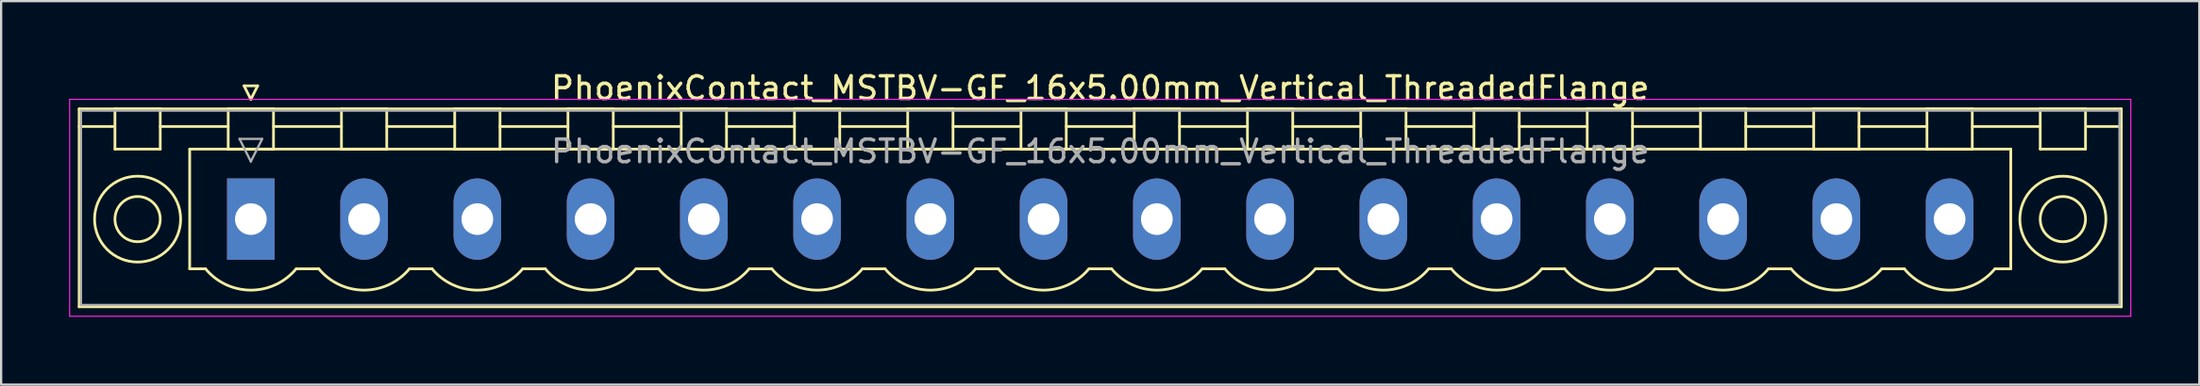
<source format=kicad_pcb>
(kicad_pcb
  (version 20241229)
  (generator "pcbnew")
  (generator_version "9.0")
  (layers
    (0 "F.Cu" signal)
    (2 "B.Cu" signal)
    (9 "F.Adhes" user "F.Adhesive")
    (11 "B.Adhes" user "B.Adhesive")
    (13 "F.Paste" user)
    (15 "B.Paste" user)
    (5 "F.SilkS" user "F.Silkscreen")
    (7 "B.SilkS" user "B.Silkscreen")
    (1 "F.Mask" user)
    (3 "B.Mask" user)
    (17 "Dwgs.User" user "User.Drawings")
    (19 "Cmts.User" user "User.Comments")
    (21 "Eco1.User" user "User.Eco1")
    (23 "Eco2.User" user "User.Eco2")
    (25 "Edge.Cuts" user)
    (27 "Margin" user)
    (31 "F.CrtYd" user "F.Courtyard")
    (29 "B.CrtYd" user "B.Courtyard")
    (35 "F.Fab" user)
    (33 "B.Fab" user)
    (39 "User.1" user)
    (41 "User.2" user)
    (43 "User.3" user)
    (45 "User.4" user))
  (footprint "PhoenixContact_MSTBV-GF_16x5.00mm_Vertical_ThreadedFlange"
    (layer "F.Cu")
    (at 8.025 6.648)
    (property "Reference" "PhoenixContact_MSTBV-GF_16x5.00mm_Vertical_ThreadedFlange" (at 37.5 -5.8 0) (layer "F.SilkS") (effects (font (size 1 1) (thickness 0.15))))
    (attr through_hole)
    (fp_line (start -7.58 -4.88) (end -7.58 3.88) (stroke (width 0.12) (type solid)) (layer "F.SilkS"))
    (fp_line (start -7.58 -4.1) (end -6.08 -4.1) (stroke (width 0.12) (type solid)) (layer "F.SilkS"))
    (fp_line (start -7.58 3.88) (end 82.58 3.88) (stroke (width 0.12) (type solid)) (layer "F.SilkS"))
    (fp_line (start -6 -4.88) (end -4 -4.88) (stroke (width 0.12) (type solid)) (layer "F.SilkS"))
    (fp_line (start -6 -3.1) (end -6 -4.88) (stroke (width 0.12) (type solid)) (layer "F.SilkS"))
    (fp_line (start -4 -4.88) (end -4 -3.1) (stroke (width 0.12) (type solid)) (layer "F.SilkS"))
    (fp_line (start -4 -4.1) (end -1 -4.1) (stroke (width 0.12) (type solid)) (layer "F.SilkS"))
    (fp_line (start -4 -3.1) (end -6 -3.1) (stroke (width 0.12) (type solid)) (layer "F.SilkS"))
    (fp_line (start -2.7 -3.1) (end 77.7 -3.1) (stroke (width 0.12) (type solid)) (layer "F.SilkS"))
    (fp_line (start -2.7 2.2) (end -2.7 -3.1) (stroke (width 0.12) (type solid)) (layer "F.SilkS"))
    (fp_line (start -2 2.2) (end -2.7 2.2) (stroke (width 0.12) (type solid)) (layer "F.SilkS"))
    (fp_line (start -1 -4.88) (end 1 -4.88) (stroke (width 0.12) (type solid)) (layer "F.SilkS"))
    (fp_line (start -1 -3.1) (end -1 -4.88) (stroke (width 0.12) (type solid)) (layer "F.SilkS"))
    (fp_line (start -0.3 -5.9) (end 0.3 -5.9) (stroke (width 0.12) (type solid)) (layer "F.SilkS"))
    (fp_line (start 0 -5.3) (end -0.3 -5.9) (stroke (width 0.12) (type solid)) (layer "F.SilkS"))
    (fp_line (start 0.3 -5.9) (end 0 -5.3) (stroke (width 0.12) (type solid)) (layer "F.SilkS"))
    (fp_line (start 1 -4.88) (end 1 -3.1) (stroke (width 0.12) (type solid)) (layer "F.SilkS"))
    (fp_line (start 1 -4.1) (end 4 -4.1) (stroke (width 0.12) (type solid)) (layer "F.SilkS"))
    (fp_line (start 1 -3.1) (end -1 -3.1) (stroke (width 0.12) (type solid)) (layer "F.SilkS"))
    (fp_line (start 2 2.2) (end 3 2.2) (stroke (width 0.12) (type solid)) (layer "F.SilkS"))
    (fp_line (start 4 -4.88) (end 6 -4.88) (stroke (width 0.12) (type solid)) (layer "F.SilkS"))
    (fp_line (start 4 -3.1) (end 4 -4.88) (stroke (width 0.12) (type solid)) (layer "F.SilkS"))
    (fp_line (start 6 -4.88) (end 6 -3.1) (stroke (width 0.12) (type solid)) (layer "F.SilkS"))
    (fp_line (start 6 -4.1) (end 9 -4.1) (stroke (width 0.12) (type solid)) (layer "F.SilkS"))
    (fp_line (start 6 -3.1) (end 4 -3.1) (stroke (width 0.12) (type solid)) (layer "F.SilkS"))
    (fp_line (start 7 2.2) (end 8 2.2) (stroke (width 0.12) (type solid)) (layer "F.SilkS"))
    (fp_line (start 9 -4.88) (end 11 -4.88) (stroke (width 0.12) (type solid)) (layer "F.SilkS"))
    (fp_line (start 9 -3.1) (end 9 -4.88) (stroke (width 0.12) (type solid)) (layer "F.SilkS"))
    (fp_line (start 11 -4.88) (end 11 -3.1) (stroke (width 0.12) (type solid)) (layer "F.SilkS"))
    (fp_line (start 11 -4.1) (end 14 -4.1) (stroke (width 0.12) (type solid)) (layer "F.SilkS"))
    (fp_line (start 11 -3.1) (end 9 -3.1) (stroke (width 0.12) (type solid)) (layer "F.SilkS"))
    (fp_line (start 12 2.2) (end 13 2.2) (stroke (width 0.12) (type solid)) (layer "F.SilkS"))
    (fp_line (start 14 -4.88) (end 16 -4.88) (stroke (width 0.12) (type solid)) (layer "F.SilkS"))
    (fp_line (start 14 -3.1) (end 14 -4.88) (stroke (width 0.12) (type solid)) (layer "F.SilkS"))
    (fp_line (start 16 -4.88) (end 16 -3.1) (stroke (width 0.12) (type solid)) (layer "F.SilkS"))
    (fp_line (start 16 -4.1) (end 19 -4.1) (stroke (width 0.12) (type solid)) (layer "F.SilkS"))
    (fp_line (start 16 -3.1) (end 14 -3.1) (stroke (width 0.12) (type solid)) (layer "F.SilkS"))
    (fp_line (start 17 2.2) (end 18 2.2) (stroke (width 0.12) (type solid)) (layer "F.SilkS"))
    (fp_line (start 19 -4.88) (end 21 -4.88) (stroke (width 0.12) (type solid)) (layer "F.SilkS"))
    (fp_line (start 19 -3.1) (end 19 -4.88) (stroke (width 0.12) (type solid)) (layer "F.SilkS"))
    (fp_line (start 21 -4.88) (end 21 -3.1) (stroke (width 0.12) (type solid)) (layer "F.SilkS"))
    (fp_line (start 21 -4.1) (end 24 -4.1) (stroke (width 0.12) (type solid)) (layer "F.SilkS"))
    (fp_line (start 21 -3.1) (end 19 -3.1) (stroke (width 0.12) (type solid)) (layer "F.SilkS"))
    (fp_line (start 22 2.2) (end 23 2.2) (stroke (width 0.12) (type solid)) (layer "F.SilkS"))
    (fp_line (start 24 -4.88) (end 26 -4.88) (stroke (width 0.12) (type solid)) (layer "F.SilkS"))
    (fp_line (start 24 -3.1) (end 24 -4.88) (stroke (width 0.12) (type solid)) (layer "F.SilkS"))
    (fp_line (start 26 -4.88) (end 26 -3.1) (stroke (width 0.12) (type solid)) (layer "F.SilkS"))
    (fp_line (start 26 -4.1) (end 29 -4.1) (stroke (width 0.12) (type solid)) (layer "F.SilkS"))
    (fp_line (start 26 -3.1) (end 24 -3.1) (stroke (width 0.12) (type solid)) (layer "F.SilkS"))
    (fp_line (start 27 2.2) (end 28 2.2) (stroke (width 0.12) (type solid)) (layer "F.SilkS"))
    (fp_line (start 29 -4.88) (end 31 -4.88) (stroke (width 0.12) (type solid)) (layer "F.SilkS"))
    (fp_line (start 29 -3.1) (end 29 -4.88) (stroke (width 0.12) (type solid)) (layer "F.SilkS"))
    (fp_line (start 31 -4.88) (end 31 -3.1) (stroke (width 0.12) (type solid)) (layer "F.SilkS"))
    (fp_line (start 31 -4.1) (end 34 -4.1) (stroke (width 0.12) (type solid)) (layer "F.SilkS"))
    (fp_line (start 31 -3.1) (end 29 -3.1) (stroke (width 0.12) (type solid)) (layer "F.SilkS"))
    (fp_line (start 32 2.2) (end 33 2.2) (stroke (width 0.12) (type solid)) (layer "F.SilkS"))
    (fp_line (start 34 -4.88) (end 36 -4.88) (stroke (width 0.12) (type solid)) (layer "F.SilkS"))
    (fp_line (start 34 -3.1) (end 34 -4.88) (stroke (width 0.12) (type solid)) (layer "F.SilkS"))
    (fp_line (start 36 -4.88) (end 36 -3.1) (stroke (width 0.12) (type solid)) (layer "F.SilkS"))
    (fp_line (start 36 -4.1) (end 39 -4.1) (stroke (width 0.12) (type solid)) (layer "F.SilkS"))
    (fp_line (start 36 -3.1) (end 34 -3.1) (stroke (width 0.12) (type solid)) (layer "F.SilkS"))
    (fp_line (start 37 2.2) (end 38 2.2) (stroke (width 0.12) (type solid)) (layer "F.SilkS"))
    (fp_line (start 39 -4.88) (end 41 -4.88) (stroke (width 0.12) (type solid)) (layer "F.SilkS"))
    (fp_line (start 39 -3.1) (end 39 -4.88) (stroke (width 0.12) (type solid)) (layer "F.SilkS"))
    (fp_line (start 41 -4.88) (end 41 -3.1) (stroke (width 0.12) (type solid)) (layer "F.SilkS"))
    (fp_line (start 41 -4.1) (end 44 -4.1) (stroke (width 0.12) (type solid)) (layer "F.SilkS"))
    (fp_line (start 41 -3.1) (end 39 -3.1) (stroke (width 0.12) (type solid)) (layer "F.SilkS"))
    (fp_line (start 42 2.2) (end 43 2.2) (stroke (width 0.12) (type solid)) (layer "F.SilkS"))
    (fp_line (start 44 -4.88) (end 46 -4.88) (stroke (width 0.12) (type solid)) (layer "F.SilkS"))
    (fp_line (start 44 -3.1) (end 44 -4.88) (stroke (width 0.12) (type solid)) (layer "F.SilkS"))
    (fp_line (start 46 -4.88) (end 46 -3.1) (stroke (width 0.12) (type solid)) (layer "F.SilkS"))
    (fp_line (start 46 -4.1) (end 49 -4.1) (stroke (width 0.12) (type solid)) (layer "F.SilkS"))
    (fp_line (start 46 -3.1) (end 44 -3.1) (stroke (width 0.12) (type solid)) (layer "F.SilkS"))
    (fp_line (start 47 2.2) (end 48 2.2) (stroke (width 0.12) (type solid)) (layer "F.SilkS"))
    (fp_line (start 49 -4.88) (end 51 -4.88) (stroke (width 0.12) (type solid)) (layer "F.SilkS"))
    (fp_line (start 49 -3.1) (end 49 -4.88) (stroke (width 0.12) (type solid)) (layer "F.SilkS"))
    (fp_line (start 51 -4.88) (end 51 -3.1) (stroke (width 0.12) (type solid)) (layer "F.SilkS"))
    (fp_line (start 51 -4.1) (end 54 -4.1) (stroke (width 0.12) (type solid)) (layer "F.SilkS"))
    (fp_line (start 51 -3.1) (end 49 -3.1) (stroke (width 0.12) (type solid)) (layer "F.SilkS"))
    (fp_line (start 52 2.2) (end 53 2.2) (stroke (width 0.12) (type solid)) (layer "F.SilkS"))
    (fp_line (start 54 -4.88) (end 56 -4.88) (stroke (width 0.12) (type solid)) (layer "F.SilkS"))
    (fp_line (start 54 -3.1) (end 54 -4.88) (stroke (width 0.12) (type solid)) (layer "F.SilkS"))
    (fp_line (start 56 -4.88) (end 56 -3.1) (stroke (width 0.12) (type solid)) (layer "F.SilkS"))
    (fp_line (start 56 -4.1) (end 59 -4.1) (stroke (width 0.12) (type solid)) (layer "F.SilkS"))
    (fp_line (start 56 -3.1) (end 54 -3.1) (stroke (width 0.12) (type solid)) (layer "F.SilkS"))
    (fp_line (start 57 2.2) (end 58 2.2) (stroke (width 0.12) (type solid)) (layer "F.SilkS"))
    (fp_line (start 59 -4.88) (end 61 -4.88) (stroke (width 0.12) (type solid)) (layer "F.SilkS"))
    (fp_line (start 59 -3.1) (end 59 -4.88) (stroke (width 0.12) (type solid)) (layer "F.SilkS"))
    (fp_line (start 61 -4.88) (end 61 -3.1) (stroke (width 0.12) (type solid)) (layer "F.SilkS"))
    (fp_line (start 61 -4.1) (end 64 -4.1) (stroke (width 0.12) (type solid)) (layer "F.SilkS"))
    (fp_line (start 61 -3.1) (end 59 -3.1) (stroke (width 0.12) (type solid)) (layer "F.SilkS"))
    (fp_line (start 62 2.2) (end 63 2.2) (stroke (width 0.12) (type solid)) (layer "F.SilkS"))
    (fp_line (start 64 -4.88) (end 66 -4.88) (stroke (width 0.12) (type solid)) (layer "F.SilkS"))
    (fp_line (start 64 -3.1) (end 64 -4.88) (stroke (width 0.12) (type solid)) (layer "F.SilkS"))
    (fp_line (start 66 -4.88) (end 66 -3.1) (stroke (width 0.12) (type solid)) (layer "F.SilkS"))
    (fp_line (start 66 -4.1) (end 69 -4.1) (stroke (width 0.12) (type solid)) (layer "F.SilkS"))
    (fp_line (start 66 -3.1) (end 64 -3.1) (stroke (width 0.12) (type solid)) (layer "F.SilkS"))
    (fp_line (start 67 2.2) (end 68 2.2) (stroke (width 0.12) (type solid)) (layer "F.SilkS"))
    (fp_line (start 69 -4.88) (end 71 -4.88) (stroke (width 0.12) (type solid)) (layer "F.SilkS"))
    (fp_line (start 69 -3.1) (end 69 -4.88) (stroke (width 0.12) (type solid)) (layer "F.SilkS"))
    (fp_line (start 71 -4.88) (end 71 -3.1) (stroke (width 0.12) (type solid)) (layer "F.SilkS"))
    (fp_line (start 71 -4.1) (end 74 -4.1) (stroke (width 0.12) (type solid)) (layer "F.SilkS"))
    (fp_line (start 71 -3.1) (end 69 -3.1) (stroke (width 0.12) (type solid)) (layer "F.SilkS"))
    (fp_line (start 72 2.2) (end 73 2.2) (stroke (width 0.12) (type solid)) (layer "F.SilkS"))
    (fp_line (start 74 -4.88) (end 76 -4.88) (stroke (width 0.12) (type solid)) (layer "F.SilkS"))
    (fp_line (start 74 -3.1) (end 74 -4.88) (stroke (width 0.12) (type solid)) (layer "F.SilkS"))
    (fp_line (start 76 -4.88) (end 76 -3.1) (stroke (width 0.12) (type solid)) (layer "F.SilkS"))
    (fp_line (start 76 -4.1) (end 79 -4.1) (stroke (width 0.12) (type solid)) (layer "F.SilkS"))
    (fp_line (start 76 -3.1) (end 74 -3.1) (stroke (width 0.12) (type solid)) (layer "F.SilkS"))
    (fp_line (start 77.7 -3.1) (end 77.7 2.2) (stroke (width 0.12) (type solid)) (layer "F.SilkS"))
    (fp_line (start 77.7 2.2) (end 77 2.2) (stroke (width 0.12) (type solid)) (layer "F.SilkS"))
    (fp_line (start 79 -4.88) (end 81 -4.88) (stroke (width 0.12) (type solid)) (layer "F.SilkS"))
    (fp_line (start 79 -3.1) (end 79 -4.88) (stroke (width 0.12) (type solid)) (layer "F.SilkS"))
    (fp_line (start 81 -4.88) (end 81 -3.1) (stroke (width 0.12) (type solid)) (layer "F.SilkS"))
    (fp_line (start 81 -3.1) (end 79 -3.1) (stroke (width 0.12) (type solid)) (layer "F.SilkS"))
    (fp_line (start 82.58 -4.88) (end -7.58 -4.88) (stroke (width 0.12) (type solid)) (layer "F.SilkS"))
    (fp_line (start 82.58 -4.1) (end 81.08 -4.1) (stroke (width 0.12) (type solid)) (layer "F.SilkS"))
    (fp_line (start 82.58 3.88) (end 82.58 -4.88) (stroke (width 0.12) (type solid)) (layer "F.SilkS"))
    (fp_arc (start 1.986842 2.215821) (mid -0.010289 3.142758) (end -2 2.2) (stroke (width 0.12) (type solid)) (layer "F.SilkS"))
    (fp_arc (start 6.986842 2.215821) (mid 4.989711 3.142758) (end 3 2.2) (stroke (width 0.12) (type solid)) (layer "F.SilkS"))
    (fp_arc (start 11.986842 2.215821) (mid 9.989711 3.142758) (end 8 2.2) (stroke (width 0.12) (type solid)) (layer "F.SilkS"))
    (fp_arc (start 16.986842 2.215821) (mid 14.989711 3.142758) (end 13 2.2) (stroke (width 0.12) (type solid)) (layer "F.SilkS"))
    (fp_arc (start 21.986842 2.215821) (mid 19.989711 3.142758) (end 18 2.2) (stroke (width 0.12) (type solid)) (layer "F.SilkS"))
    (fp_arc (start 26.986842 2.215821) (mid 24.989711 3.142758) (end 23 2.2) (stroke (width 0.12) (type solid)) (layer "F.SilkS"))
    (fp_arc (start 31.986842 2.215821) (mid 29.989711 3.142758) (end 28 2.2) (stroke (width 0.12) (type solid)) (layer "F.SilkS"))
    (fp_arc (start 36.986842 2.215821) (mid 34.989711 3.142758) (end 33 2.2) (stroke (width 0.12) (type solid)) (layer "F.SilkS"))
    (fp_arc (start 41.986842 2.215821) (mid 39.989711 3.142758) (end 38 2.2) (stroke (width 0.12) (type solid)) (layer "F.SilkS"))
    (fp_arc (start 46.986842 2.215821) (mid 44.989711 3.142758) (end 43 2.2) (stroke (width 0.12) (type solid)) (layer "F.SilkS"))
    (fp_arc (start 51.986842 2.215821) (mid 49.989711 3.142758) (end 48 2.2) (stroke (width 0.12) (type solid)) (layer "F.SilkS"))
    (fp_arc (start 56.986842 2.215821) (mid 54.989711 3.142758) (end 53 2.2) (stroke (width 0.12) (type solid)) (layer "F.SilkS"))
    (fp_arc (start 61.986842 2.215821) (mid 59.989711 3.142758) (end 58 2.2) (stroke (width 0.12) (type solid)) (layer "F.SilkS"))
    (fp_arc (start 66.986842 2.215821) (mid 64.989711 3.142758) (end 63 2.2) (stroke (width 0.12) (type solid)) (layer "F.SilkS"))
    (fp_arc (start 71.986842 2.215821) (mid 69.989711 3.142758) (end 68 2.2) (stroke (width 0.12) (type solid)) (layer "F.SilkS"))
    (fp_arc (start 76.986842 2.215821) (mid 74.989711 3.142758) (end 73 2.2) (stroke (width 0.12) (type solid)) (layer "F.SilkS"))
    (fp_circle (center -5 0) (end -4 0) (stroke (width 0.12) (type solid)) (fill no) (layer "F.SilkS"))
    (fp_circle (center -5 0) (end -3.1 0) (stroke (width 0.12) (type solid)) (fill no) (layer "F.SilkS"))
    (fp_circle (center 80 0) (end 81 0) (stroke (width 0.12) (type solid)) (fill no) (layer "F.SilkS"))
    (fp_circle (center 80 0) (end 81.9 0) (stroke (width 0.12) (type solid)) (fill no) (layer "F.SilkS"))
    (fp_line (start -8 -5.3) (end -8 4.3) (stroke (width 0.05) (type solid)) (layer "F.CrtYd"))
    (fp_line (start -8 4.3) (end 83 4.3) (stroke (width 0.05) (type solid)) (layer "F.CrtYd"))
    (fp_line (start 83 -5.3) (end -8 -5.3) (stroke (width 0.05) (type solid)) (layer "F.CrtYd"))
    (fp_line (start 83 4.3) (end 83 -5.3) (stroke (width 0.05) (type solid)) (layer "F.CrtYd"))
    (fp_line (start -7.5 -4.8) (end -7.5 3.8) (stroke (width 0.1) (type solid)) (layer "F.Fab"))
    (fp_line (start -7.5 3.8) (end 82.5 3.8) (stroke (width 0.1) (type solid)) (layer "F.Fab"))
    (fp_line (start -0.5 -3.55) (end 0.5 -3.55) (stroke (width 0.1) (type solid)) (layer "F.Fab"))
    (fp_line (start 0 -2.55) (end -0.5 -3.55) (stroke (width 0.1) (type solid)) (layer "F.Fab"))
    (fp_line (start 0.5 -3.55) (end 0 -2.55) (stroke (width 0.1) (type solid)) (layer "F.Fab"))
    (fp_line (start 82.5 -4.8) (end -7.5 -4.8) (stroke (width 0.1) (type solid)) (layer "F.Fab"))
    (fp_line (start 82.5 3.8) (end 82.5 -4.8) (stroke (width 0.1) (type solid)) (layer "F.Fab"))
    (fp_text user "${REFERENCE}" (at 37.5 -3 0) (layer "F.Fab") (effects (font (size 1 1) (thickness 0.15))))
    (pad "1" thru_hole rect (at 0 0) (size 2.1 3.6) (drill 1.4) (layers "*.Cu" "*.Mask"))
    (pad "2" thru_hole oval (at 5 0) (size 2.1 3.6) (drill 1.4) (layers "*.Cu" "*.Mask"))
    (pad "3" thru_hole oval (at 10 0) (size 2.1 3.6) (drill 1.4) (layers "*.Cu" "*.Mask"))
    (pad "4" thru_hole oval (at 15 0) (size 2.1 3.6) (drill 1.4) (layers "*.Cu" "*.Mask"))
    (pad "5" thru_hole oval (at 20 0) (size 2.1 3.6) (drill 1.4) (layers "*.Cu" "*.Mask"))
    (pad "6" thru_hole oval (at 25 0) (size 2.1 3.6) (drill 1.4) (layers "*.Cu" "*.Mask"))
    (pad "7" thru_hole oval (at 30 0) (size 2.1 3.6) (drill 1.4) (layers "*.Cu" "*.Mask"))
    (pad "8" thru_hole oval (at 35 0) (size 2.1 3.6) (drill 1.4) (layers "*.Cu" "*.Mask"))
    (pad "9" thru_hole oval (at 40 0) (size 2.1 3.6) (drill 1.4) (layers "*.Cu" "*.Mask"))
    (pad "10" thru_hole oval (at 45 0) (size 2.1 3.6) (drill 1.4) (layers "*.Cu" "*.Mask"))
    (pad "11" thru_hole oval (at 50 0) (size 2.1 3.6) (drill 1.4) (layers "*.Cu" "*.Mask"))
    (pad "12" thru_hole oval (at 55 0) (size 2.1 3.6) (drill 1.4) (layers "*.Cu" "*.Mask"))
    (pad "13" thru_hole oval (at 60 0) (size 2.1 3.6) (drill 1.4) (layers "*.Cu" "*.Mask"))
    (pad "14" thru_hole oval (at 65 0) (size 2.1 3.6) (drill 1.4) (layers "*.Cu" "*.Mask"))
    (pad "15" thru_hole oval (at 70 0) (size 2.1 3.6) (drill 1.4) (layers "*.Cu" "*.Mask"))
    (pad "16" thru_hole oval (at 75 0) (size 2.1 3.6) (drill 1.4) (layers "*.Cu" "*.Mask")))
  (gr_rect
    (start -3 -3)
    (end 94.05 13.973)
    (stroke (width 0.1) (type default))
    (fill no)
    (layer "Edge.Cuts")))
</source>
